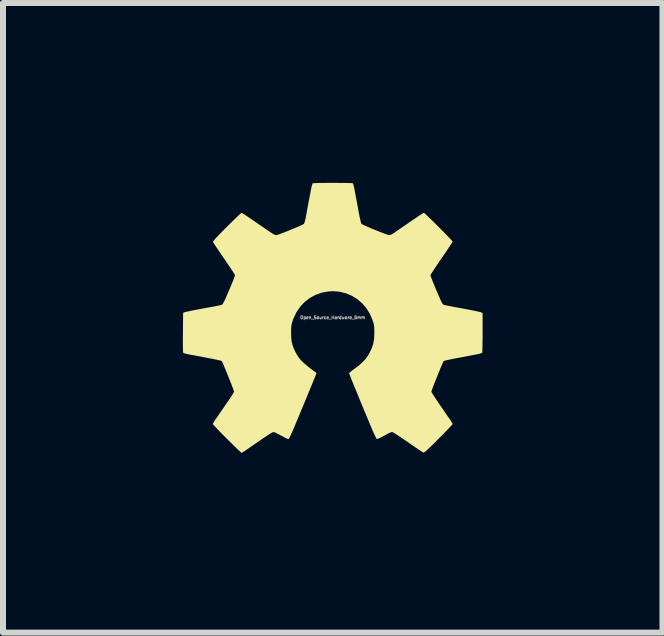
<source format=kicad_pcb>
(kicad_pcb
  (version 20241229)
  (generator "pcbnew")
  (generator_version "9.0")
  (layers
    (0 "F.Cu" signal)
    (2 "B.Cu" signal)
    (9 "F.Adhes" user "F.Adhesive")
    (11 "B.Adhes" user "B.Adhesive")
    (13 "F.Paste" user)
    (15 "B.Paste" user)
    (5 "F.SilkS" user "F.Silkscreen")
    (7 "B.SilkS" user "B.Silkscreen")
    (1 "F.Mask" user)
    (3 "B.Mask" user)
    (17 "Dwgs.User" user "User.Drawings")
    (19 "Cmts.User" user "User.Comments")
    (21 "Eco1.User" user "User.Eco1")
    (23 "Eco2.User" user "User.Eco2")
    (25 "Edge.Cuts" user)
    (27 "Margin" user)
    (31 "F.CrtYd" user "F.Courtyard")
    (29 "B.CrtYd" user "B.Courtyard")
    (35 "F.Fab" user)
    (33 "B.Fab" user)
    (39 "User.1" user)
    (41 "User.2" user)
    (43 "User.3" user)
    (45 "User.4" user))
  (footprint "Open_Source_Hardware_5mm"
    (layer "F.Cu")
    (at 2.499 2.246)
    (property "Reference" "Open_Source_Hardware_5mm" (at 0 0 0) (layer "F.Fab") (effects (font (size 0.05 0.05) (thickness 0.013))))
    (attr board_only exclude_from_pos_files exclude_from_bom)
    (fp_poly (pts (xy 0.055 -2.246) (xy 0.121 -2.245) (xy 0.183 -2.245) (xy 0.237 -2.244) (xy 0.281 -2.243) (xy 0.313 -2.242) (xy 0.331 -2.24) (xy 0.333 -2.239) (xy 0.337 -2.236) (xy 0.341 -2.228) (xy 0.345 -2.215) (xy 0.35 -2.195) (xy 0.357 -2.166) (xy 0.365 -2.128) (xy 0.374 -2.078) (xy 0.386 -2.014) (xy 0.401 -1.936) (xy 0.418 -1.842) (xy 0.419 -1.837) (xy 0.435 -1.749) (xy 0.449 -1.679) (xy 0.461 -1.626) (xy 0.47 -1.589) (xy 0.477 -1.568) (xy 0.481 -1.563) (xy 0.494 -1.554) (xy 0.521 -1.541) (xy 0.56 -1.523) (xy 0.607 -1.503) (xy 0.66 -1.48) (xy 0.715 -1.458) (xy 0.771 -1.435) (xy 0.823 -1.415) (xy 0.87 -1.397) (xy 0.907 -1.384) (xy 0.934 -1.376) (xy 0.944 -1.374) (xy 0.963 -1.379) (xy 0.991 -1.392) (xy 1.022 -1.411) (xy 1.027 -1.415) (xy 1.059 -1.437) (xy 1.099 -1.465) (xy 1.145 -1.496) (xy 1.186 -1.524) (xy 1.234 -1.557) (xy 1.289 -1.595) (xy 1.346 -1.634) (xy 1.397 -1.669) (xy 1.398 -1.669) (xy 1.438 -1.696) (xy 1.473 -1.719) (xy 1.501 -1.736) (xy 1.518 -1.745) (xy 1.521 -1.746) (xy 1.53 -1.74) (xy 1.55 -1.722) (xy 1.579 -1.695) (xy 1.615 -1.66) (xy 1.657 -1.62) (xy 1.703 -1.575) (xy 1.751 -1.527) (xy 1.799 -1.479) (xy 1.846 -1.431) (xy 1.889 -1.387) (xy 1.928 -1.347) (xy 1.96 -1.313) (xy 1.984 -1.288) (xy 1.998 -1.272) (xy 2 -1.268) (xy 1.995 -1.258) (xy 1.981 -1.235) (xy 1.959 -1.201) (xy 1.93 -1.157) (xy 1.895 -1.105) (xy 1.856 -1.047) (xy 1.817 -0.99) (xy 1.774 -0.928) (xy 1.735 -0.87) (xy 1.7 -0.818) (xy 1.671 -0.774) (xy 1.649 -0.74) (xy 1.635 -0.718) (xy 1.63 -0.709) (xy 1.632 -0.697) (xy 1.641 -0.67) (xy 1.656 -0.632) (xy 1.675 -0.584) (xy 1.698 -0.528) (xy 1.723 -0.467) (xy 1.728 -0.456) (xy 1.758 -0.387) (xy 1.781 -0.333) (xy 1.8 -0.291) (xy 1.814 -0.261) (xy 1.826 -0.24) (xy 1.835 -0.226) (xy 1.843 -0.218) (xy 1.851 -0.213) (xy 1.861 -0.21) (xy 1.863 -0.209) (xy 1.88 -0.205) (xy 1.912 -0.199) (xy 1.957 -0.19) (xy 2.013 -0.179) (xy 2.077 -0.167) (xy 2.146 -0.155) (xy 2.177 -0.149) (xy 2.247 -0.136) (xy 2.313 -0.123) (xy 2.37 -0.112) (xy 2.418 -0.101) (xy 2.454 -0.093) (xy 2.475 -0.087) (xy 2.48 -0.085) (xy 2.5 -0.072) (xy 2.5 0.253) (xy 2.5 0.328) (xy 2.499 0.398) (xy 2.498 0.46) (xy 2.497 0.512) (xy 2.496 0.552) (xy 2.494 0.578) (xy 2.493 0.588) (xy 2.482 0.593) (xy 2.457 0.601) (xy 2.42 0.61) (xy 2.376 0.619) (xy 2.359 0.622) (xy 2.309 0.632) (xy 2.262 0.641) (xy 2.222 0.648) (xy 2.195 0.654) (xy 2.191 0.655) (xy 2.158 0.661) (xy 2.118 0.668) (xy 2.095 0.672) (xy 2.013 0.688) (xy 1.949 0.701) (xy 1.9 0.711) (xy 1.868 0.72) (xy 1.851 0.728) (xy 1.849 0.729) (xy 1.843 0.741) (xy 1.831 0.767) (xy 1.815 0.804) (xy 1.795 0.85) (xy 1.774 0.903) (xy 1.751 0.96) (xy 1.728 1.017) (xy 1.705 1.073) (xy 1.685 1.125) (xy 1.668 1.17) (xy 1.655 1.206) (xy 1.647 1.229) (xy 1.646 1.237) (xy 1.651 1.248) (xy 1.665 1.272) (xy 1.686 1.306) (xy 1.714 1.348) (xy 1.746 1.396) (xy 1.768 1.428) (xy 1.806 1.484) (xy 1.845 1.54) (xy 1.881 1.593) (xy 1.913 1.639) (xy 1.938 1.675) (xy 1.945 1.685) (xy 1.968 1.719) (xy 1.986 1.748) (xy 1.997 1.769) (xy 2 1.776) (xy 1.994 1.785) (xy 1.976 1.805) (xy 1.948 1.835) (xy 1.912 1.873) (xy 1.868 1.918) (xy 1.819 1.968) (xy 1.765 2.022) (xy 1.764 2.023) (xy 1.703 2.084) (xy 1.653 2.134) (xy 1.613 2.173) (xy 1.581 2.203) (xy 1.558 2.224) (xy 1.54 2.238) (xy 1.528 2.247) (xy 1.519 2.251) (xy 1.512 2.251) (xy 1.507 2.249) (xy 1.495 2.242) (xy 1.469 2.225) (xy 1.433 2.201) (xy 1.388 2.171) (xy 1.336 2.135) (xy 1.279 2.096) (xy 1.259 2.082) (xy 1.201 2.042) (xy 1.147 2.006) (xy 1.098 1.973) (xy 1.058 1.947) (xy 1.028 1.928) (xy 1.009 1.917) (xy 1.006 1.915) (xy 0.997 1.912) (xy 0.988 1.911) (xy 0.977 1.912) (xy 0.962 1.917) (xy 0.94 1.927) (xy 0.909 1.943) (xy 0.866 1.966) (xy 0.812 1.995) (xy 0.781 2.011) (xy 0.754 2.022) (xy 0.737 2.026) (xy 0.734 2.026) (xy 0.728 2.016) (xy 0.715 1.992) (xy 0.698 1.955) (xy 0.676 1.908) (xy 0.652 1.852) (xy 0.625 1.79) (xy 0.614 1.763) (xy 0.555 1.62) (xy 0.5 1.489) (xy 0.451 1.37) (xy 0.408 1.264) (xy 0.37 1.172) (xy 0.338 1.094) (xy 0.312 1.03) (xy 0.293 0.981) (xy 0.28 0.948) (xy 0.273 0.93) (xy 0.273 0.928) (xy 0.28 0.92) (xy 0.298 0.904) (xy 0.326 0.883) (xy 0.343 0.87) (xy 0.422 0.811) (xy 0.487 0.755) (xy 0.54 0.7) (xy 0.584 0.641) (xy 0.621 0.577) (xy 0.623 0.572) (xy 0.655 0.502) (xy 0.676 0.435) (xy 0.689 0.365) (xy 0.694 0.286) (xy 0.694 0.25) (xy 0.694 0.199) (xy 0.692 0.161) (xy 0.688 0.129) (xy 0.682 0.099) (xy 0.671 0.065) (xy 0.664 0.042) (xy 0.62 -0.061) (xy 0.562 -0.155) (xy 0.492 -0.236) (xy 0.411 -0.306) (xy 0.321 -0.362) (xy 0.224 -0.403) (xy 0.12 -0.43) (xy 0.011 -0.44) (xy -0.075 -0.435) (xy -0.186 -0.414) (xy -0.289 -0.377) (xy -0.384 -0.325) (xy -0.469 -0.259) (xy -0.543 -0.18) (xy -0.605 -0.088) (xy -0.654 0.014) (xy -0.664 0.042) (xy -0.676 0.081) (xy -0.685 0.111) (xy -0.69 0.14) (xy -0.693 0.173) (xy -0.694 0.214) (xy -0.694 0.255) (xy -0.692 0.332) (xy -0.685 0.398) (xy -0.67 0.459) (xy -0.648 0.519) (xy -0.623 0.573) (xy -0.596 0.622) (xy -0.567 0.666) (xy -0.533 0.708) (xy -0.492 0.75) (xy -0.441 0.794) (xy -0.38 0.843) (xy -0.305 0.899) (xy -0.295 0.906) (xy -0.269 0.924) (xy -0.298 0.997) (xy -0.304 1.012) (xy -0.312 1.031) (xy -0.321 1.054) (xy -0.332 1.081) (xy -0.346 1.115) (xy -0.363 1.156) (xy -0.383 1.205) (xy -0.408 1.264) (xy -0.436 1.334) (xy -0.47 1.416) (xy -0.509 1.51) (xy -0.554 1.619) (xy -0.606 1.742) (xy -0.627 1.795) (xy -0.653 1.855) (xy -0.676 1.909) (xy -0.697 1.956) (xy -0.715 1.992) (xy -0.727 2.016) (xy -0.734 2.026) (xy -0.748 2.024) (xy -0.773 2.015) (xy -0.804 2) (xy -0.812 1.995) (xy -0.868 1.965) (xy -0.91 1.943) (xy -0.941 1.927) (xy -0.962 1.917) (xy -0.977 1.912) (xy -0.988 1.911) (xy -0.997 1.912) (xy -1.006 1.915) (xy -1.021 1.923) (xy -1.048 1.94) (xy -1.085 1.964) (xy -1.129 1.993) (xy -1.179 2.027) (xy -1.209 2.048) (xy -1.284 2.1) (xy -1.346 2.142) (xy -1.395 2.176) (xy -1.434 2.203) (xy -1.464 2.222) (xy -1.485 2.237) (xy -1.5 2.246) (xy -1.51 2.252) (xy -1.517 2.254) (xy -1.521 2.255) (xy -1.522 2.255) (xy -1.53 2.249) (xy -1.55 2.231) (xy -1.58 2.204) (xy -1.618 2.167) (xy -1.662 2.124) (xy -1.712 2.074) (xy -1.766 2.021) (xy -1.82 1.967) (xy -1.869 1.917) (xy -1.912 1.872) (xy -1.949 1.834) (xy -1.976 1.805) (xy -1.994 1.785) (xy -2 1.776) (xy -1.995 1.765) (xy -1.982 1.742) (xy -1.963 1.711) (xy -1.945 1.685) (xy -1.923 1.654) (xy -1.894 1.611) (xy -1.859 1.56) (xy -1.82 1.504) (xy -1.782 1.448) (xy -1.768 1.428) (xy -1.733 1.377) (xy -1.703 1.331) (xy -1.677 1.292) (xy -1.658 1.261) (xy -1.648 1.242) (xy -1.646 1.237) (xy -1.649 1.224) (xy -1.658 1.197) (xy -1.672 1.159) (xy -1.69 1.112) (xy -1.711 1.059) (xy -1.734 1.002) (xy -1.757 0.945) (xy -1.78 0.889) (xy -1.801 0.838) (xy -1.819 0.793) (xy -1.835 0.759) (xy -1.845 0.736) (xy -1.849 0.729) (xy -1.853 0.726) (xy -1.859 0.723) (xy -1.869 0.719) (xy -1.884 0.715) (xy -1.906 0.71) (xy -1.936 0.703) (xy -1.975 0.695) (xy -2.025 0.685) (xy -2.087 0.674) (xy -2.162 0.659) (xy -2.253 0.642) (xy -2.36 0.622) (xy -2.361 0.622) (xy -2.413 0.612) (xy -2.449 0.604) (xy -2.472 0.598) (xy -2.486 0.592) (xy -2.493 0.585) (xy -2.496 0.579) (xy -2.497 0.565) (xy -2.498 0.536) (xy -2.498 0.493) (xy -2.499 0.438) (xy -2.499 0.374) (xy -2.498 0.303) (xy -2.498 0.241) (xy -2.495 -0.077) (xy -2.473 -0.088) (xy -2.458 -0.092) (xy -2.428 -0.099) (xy -2.385 -0.108) (xy -2.332 -0.119) (xy -2.269 -0.131) (xy -2.201 -0.144) (xy -2.168 -0.15) (xy -2.098 -0.163) (xy -2.032 -0.175) (xy -1.973 -0.186) (xy -1.923 -0.196) (xy -1.886 -0.204) (xy -1.863 -0.209) (xy -1.858 -0.21) (xy -1.85 -0.213) (xy -1.841 -0.219) (xy -1.833 -0.229) (xy -1.823 -0.246) (xy -1.81 -0.27) (xy -1.794 -0.304) (xy -1.774 -0.35) (xy -1.748 -0.41) (xy -1.728 -0.456) (xy -1.702 -0.518) (xy -1.678 -0.575) (xy -1.658 -0.625) (xy -1.643 -0.665) (xy -1.633 -0.694) (xy -1.63 -0.708) (xy -1.63 -0.709) (xy -1.636 -0.72) (xy -1.651 -0.744) (xy -1.674 -0.779) (xy -1.703 -0.823) (xy -1.739 -0.876) (xy -1.778 -0.934) (xy -1.812 -0.984) (xy -1.854 -1.045) (xy -1.893 -1.103) (xy -1.928 -1.154) (xy -1.957 -1.197) (xy -1.978 -1.23) (xy -1.992 -1.252) (xy -1.997 -1.259) (xy -1.995 -1.267) (xy -1.986 -1.281) (xy -1.969 -1.302) (xy -1.943 -1.331) (xy -1.906 -1.37) (xy -1.859 -1.418) (xy -1.8 -1.478) (xy -1.767 -1.511) (xy -1.713 -1.564) (xy -1.663 -1.614) (xy -1.618 -1.657) (xy -1.58 -1.694) (xy -1.55 -1.722) (xy -1.53 -1.74) (xy -1.521 -1.746) (xy -1.521 -1.746) (xy -1.51 -1.741) (xy -1.487 -1.728) (xy -1.455 -1.707) (xy -1.417 -1.682) (xy -1.398 -1.669) (xy -1.347 -1.634) (xy -1.29 -1.595) (xy -1.235 -1.557) (xy -1.187 -1.525) (xy -1.186 -1.524) (xy -1.142 -1.494) (xy -1.097 -1.463) (xy -1.057 -1.435) (xy -1.027 -1.415) (xy -0.996 -1.395) (xy -0.967 -1.381) (xy -0.947 -1.374) (xy -0.945 -1.374) (xy -0.929 -1.377) (xy -0.9 -1.386) (xy -0.86 -1.401) (xy -0.812 -1.419) (xy -0.758 -1.44) (xy -0.703 -1.463) (xy -0.648 -1.485) (xy -0.596 -1.507) (xy -0.55 -1.527) (xy -0.514 -1.544) (xy -0.49 -1.557) (xy -0.481 -1.563) (xy -0.472 -1.579) (xy -0.462 -1.612) (xy -0.451 -1.661) (xy -0.441 -1.714) (xy -0.431 -1.771) (xy -0.42 -1.83) (xy -0.41 -1.885) (xy -0.402 -1.93) (xy -0.4 -1.937) (xy -0.391 -1.984) (xy -0.38 -2.041) (xy -0.369 -2.098) (xy -0.364 -2.128) (xy -0.355 -2.17) (xy -0.346 -2.205) (xy -0.338 -2.229) (xy -0.333 -2.239) (xy -0.322 -2.241) (xy -0.294 -2.242) (xy -0.254 -2.244) (xy -0.203 -2.245) (xy -0.144 -2.245) (xy -0.08 -2.246) (xy -0.012 -2.246)) (stroke (width 0) (type solid)) (fill yes) (layer "F.SilkS")))
  (gr_rect
    (start -3 -3)
    (end 7.999 7.501)
    (stroke (width 0.1) (type default))
    (fill no)
    (layer "Edge.Cuts")))
</source>
